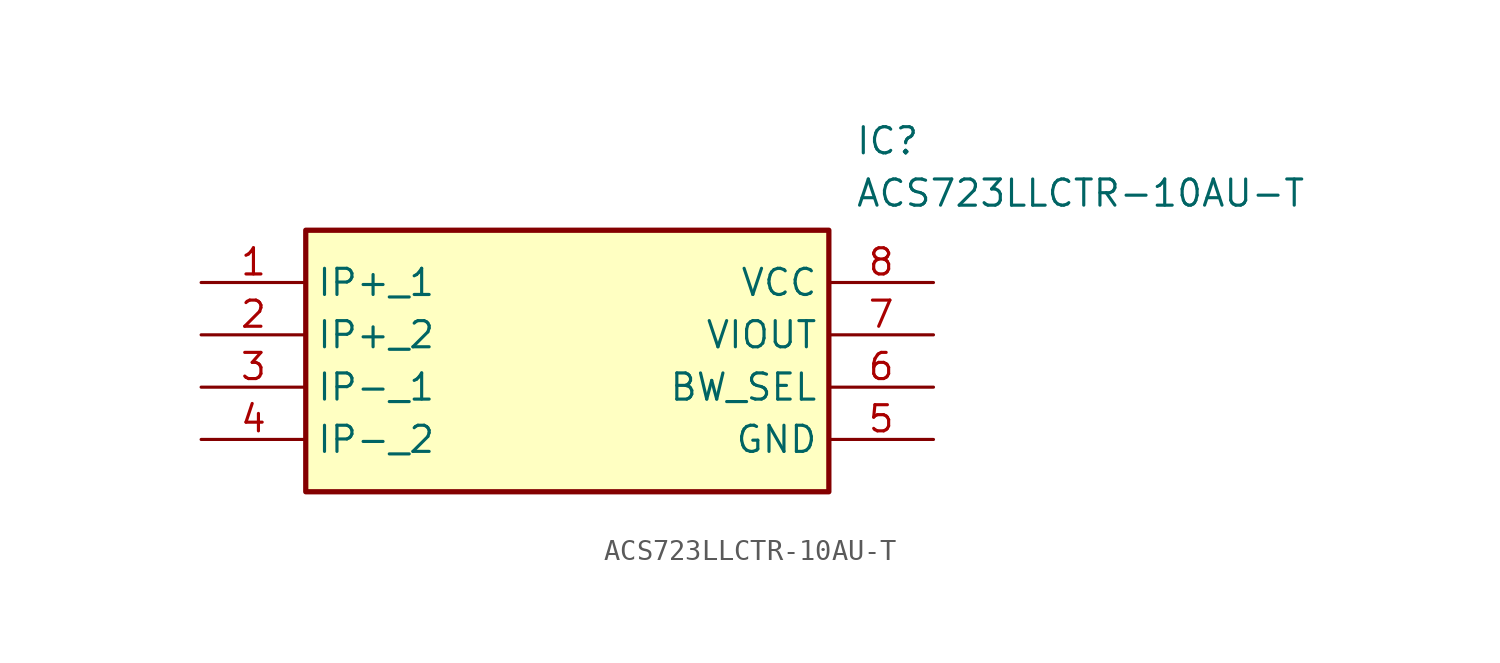
<source format=kicad_sym>
(kicad_symbol_lib
  (version 20211014)
  (generator SamacSys_ECAD_Model)
  (symbol "ACS723LLCTR-10AU-T"
    (property "Reference" "IC"
      (at 31.75 7.62 0)
      (effects (font (size 1.27 1.27)) (justify left top)))
    (property "Value" "ACS723LLCTR-10AU-T"
      (at 31.75 5.08 0)
      (effects (font (size 1.27 1.27)) (justify left top)))
    (rectangle
      (start 5.08 2.54)
      (end 30.48 -10.16)
      (stroke (width 0.254) (type default))
      (fill (type background)))
    (pin passive line
      (at 0 0 0)
      (length 5.08)
      (name "IP+_1" (effects (font (size 1.27 1.27))))
      (number "1" (effects (font (size 1.27 1.27)))))
    (pin passive line
      (at 0 -2.54 0)
      (length 5.08)
      (name "IP+_2" (effects (font (size 1.27 1.27))))
      (number "2" (effects (font (size 1.27 1.27)))))
    (pin passive line
      (at 0 -5.08 0)
      (length 5.08)
      (name "IP-_1" (effects (font (size 1.27 1.27))))
      (number "3" (effects (font (size 1.27 1.27)))))
    (pin passive line
      (at 0 -7.62 0)
      (length 5.08)
      (name "IP-_2" (effects (font (size 1.27 1.27))))
      (number "4" (effects (font (size 1.27 1.27)))))
    (pin passive line
      (at 35.56 0 180)
      (length 5.08)
      (name "VCC" (effects (font (size 1.27 1.27))))
      (number "8" (effects (font (size 1.27 1.27)))))
    (pin passive line
      (at 35.56 -2.54 180)
      (length 5.08)
      (name "VIOUT" (effects (font (size 1.27 1.27))))
      (number "7" (effects (font (size 1.27 1.27)))))
    (pin passive line
      (at 35.56 -5.08 180)
      (length 5.08)
      (name "BW_SEL" (effects (font (size 1.27 1.27))))
      (number "6" (effects (font (size 1.27 1.27)))))
    (pin passive line
      (at 35.56 -7.62 180)
      (length 5.08)
      (name "GND" (effects (font (size 1.27 1.27))))
      (number "5" (effects (font (size 1.27 1.27)))))))
</source>
